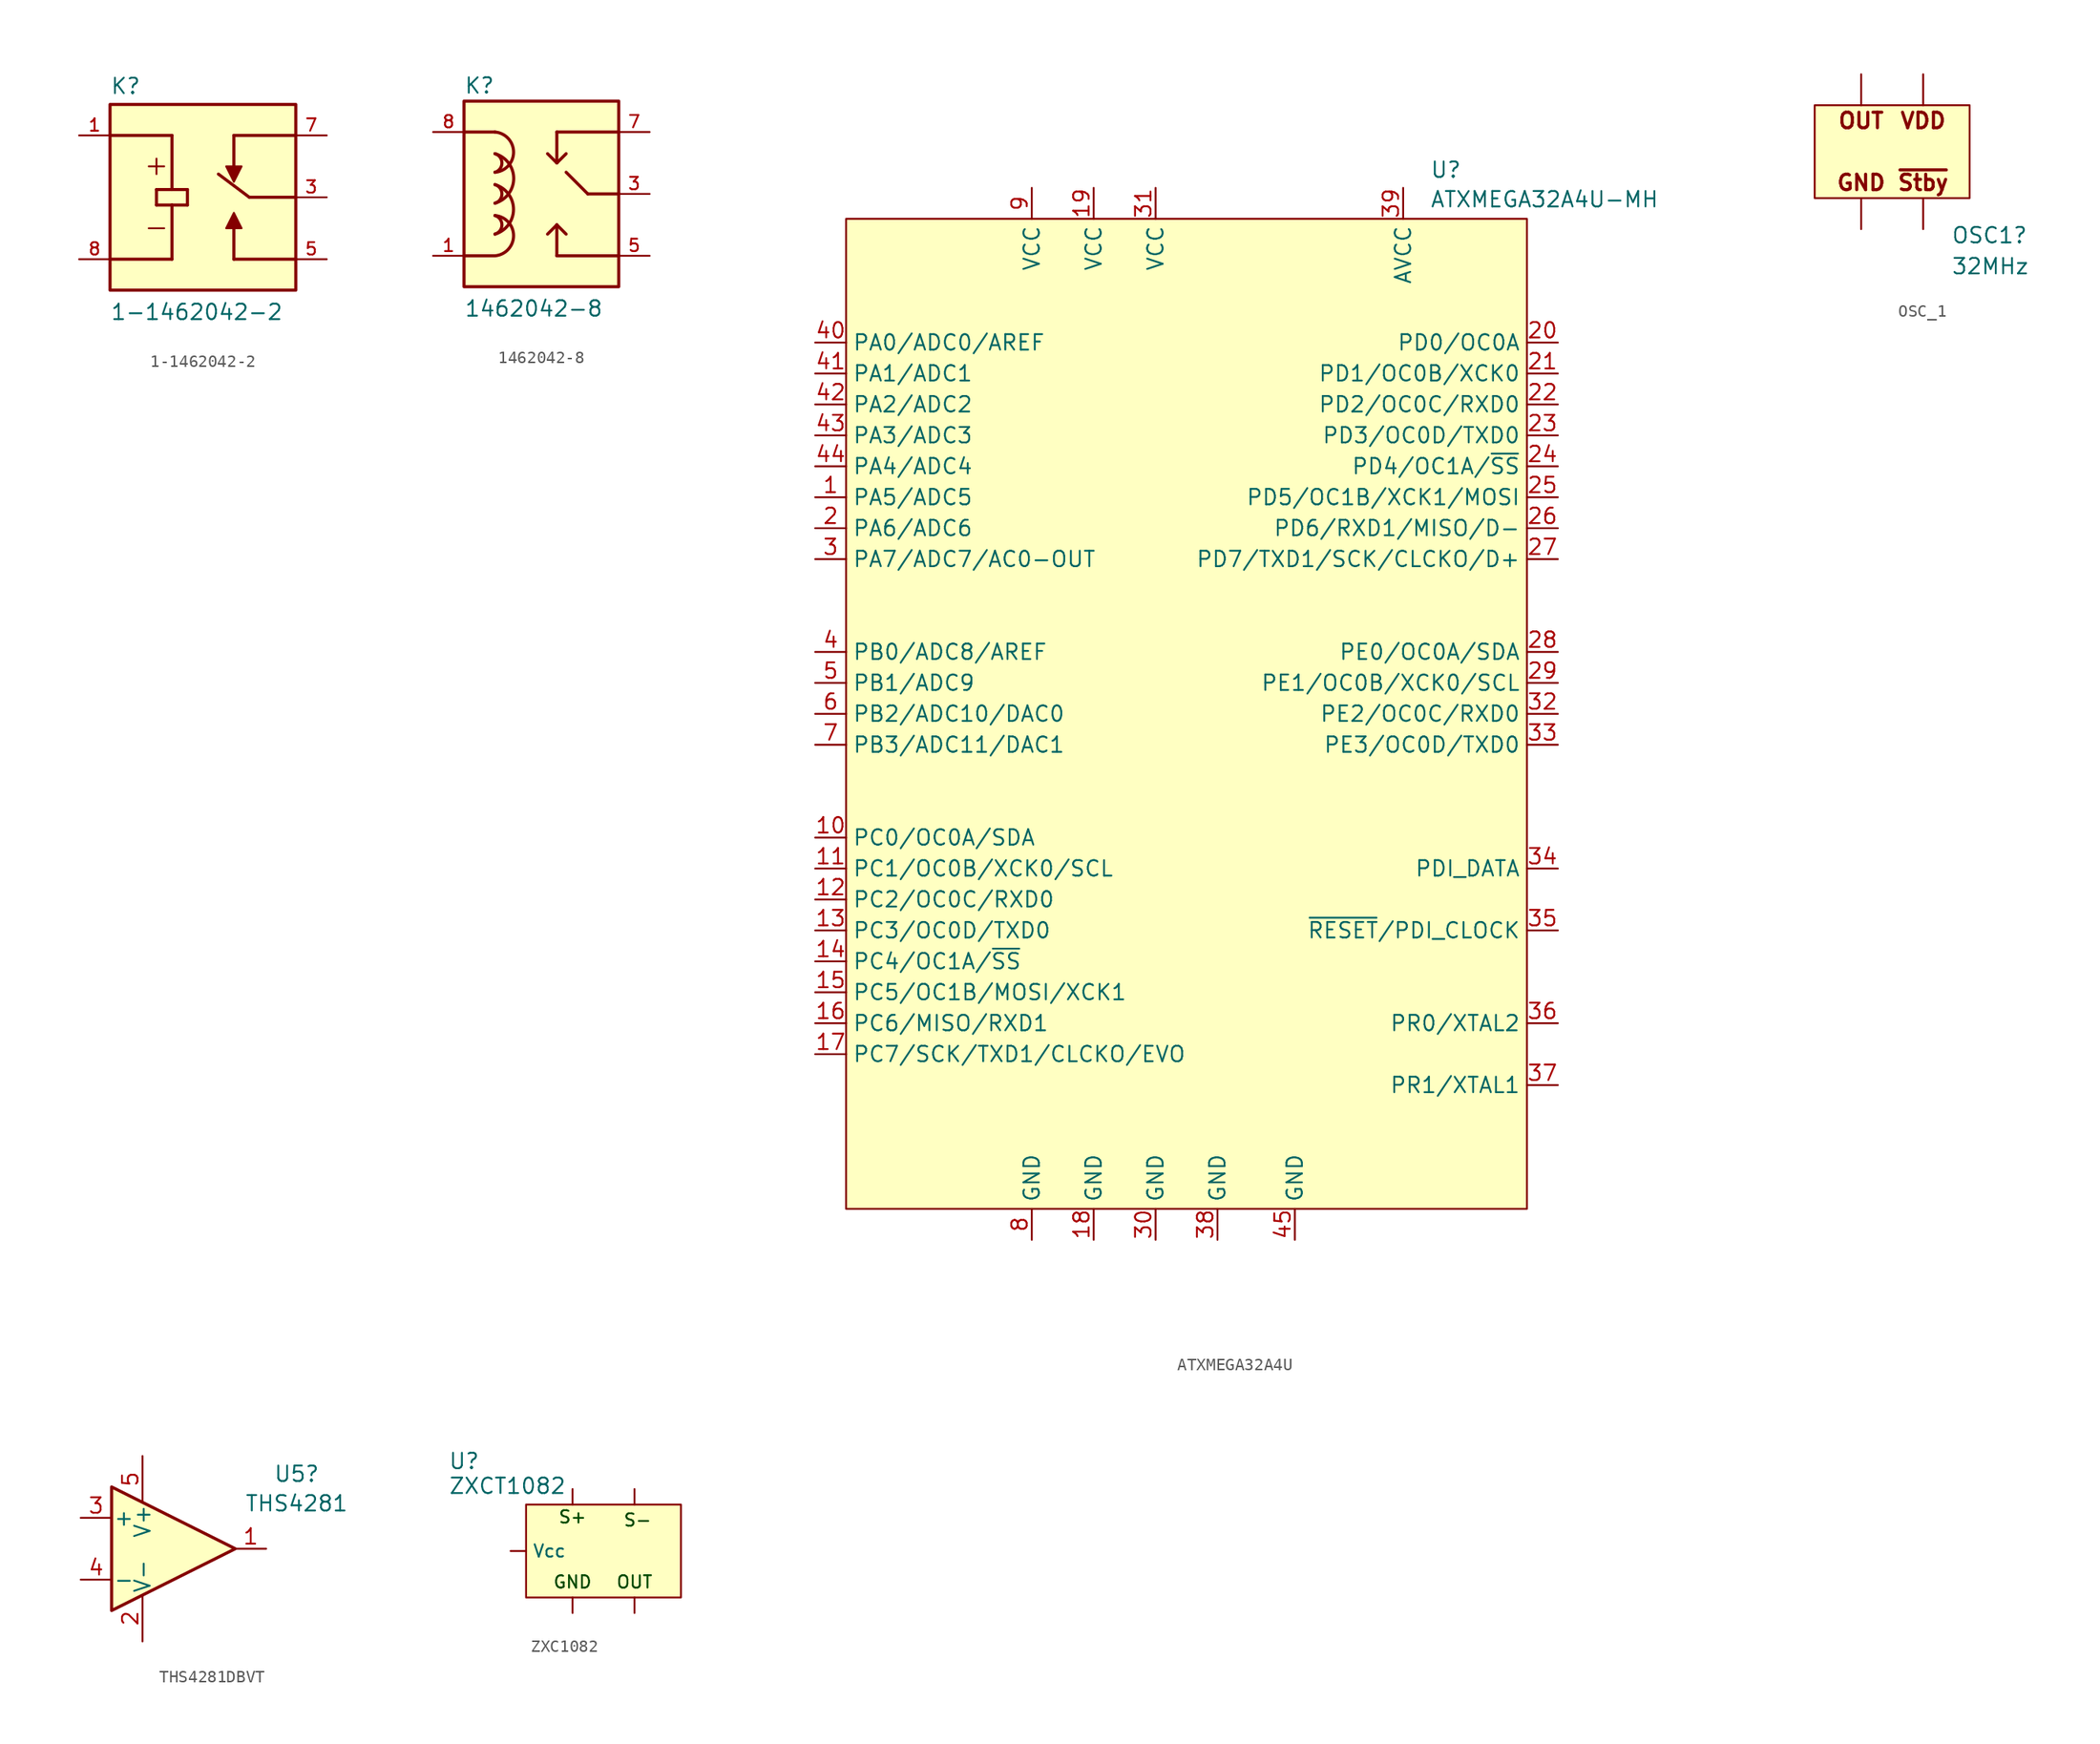
<source format=kicad_sym>
(kicad_symbol_lib
  (version 20241209)
  (generator "kicad_symbol_editor")
  (generator_version "9.0")
  (symbol "1-1462042-2"
    (pin_names
      (offset 1.016))
    (property "Reference" "K"
      (at -7.62 8.382 0)
      (effects (font (size 1.27 1.27)) (justify left bottom)))
    (property "Value" "1-1462042-2"
      (at -7.62 -10.16 0)
      (effects (font (size 1.27 1.27)) (justify left bottom)))
    (symbol "1-1462042-2_0_0"
      (polyline (pts (xy -7.62 5.08) (xy -2.54 5.08)) (stroke (width 0.254) (type default)) (fill (type none)))
      (polyline (pts (xy -7.62 -5.08) (xy -2.54 -5.08)) (stroke (width 0.254) (type default)) (fill (type none)))
      (rectangle (start -7.62 -7.62) (end 7.62 7.62) (stroke (width 0.254) (type default)) (fill (type background)))
      (polyline (pts (xy -4.445 2.54) (xy -3.175 2.54)) (stroke (width 0.152) (type default)) (fill (type none)))
      (polyline (pts (xy -4.445 -2.54) (xy -3.175 -2.54)) (stroke (width 0.152) (type default)) (fill (type none)))
      (polyline (pts (xy -3.81 3.175) (xy -3.81 1.905)) (stroke (width 0.152) (type default)) (fill (type none)))
      (polyline (pts (xy -3.81 0.635) (xy -2.54 0.635)) (stroke (width 0.254) (type default)) (fill (type none)))
      (polyline (pts (xy -3.81 -0.635) (xy -3.81 0.635)) (stroke (width 0.254) (type default)) (fill (type none)))
      (polyline (pts (xy -2.54 5.08) (xy -2.54 0.635)) (stroke (width 0.254) (type default)) (fill (type none)))
      (polyline (pts (xy -2.54 0.635) (xy -1.27 0.635)) (stroke (width 0.254) (type default)) (fill (type none)))
      (polyline (pts (xy -2.54 -0.635) (xy -3.81 -0.635)) (stroke (width 0.254) (type default)) (fill (type none)))
      (polyline (pts (xy -2.54 -0.635) (xy -2.54 -5.08)) (stroke (width 0.254) (type default)) (fill (type none)))
      (polyline (pts (xy -1.27 0.635) (xy -1.27 -0.635)) (stroke (width 0.254) (type default)) (fill (type none)))
      (polyline (pts (xy -1.27 -0.635) (xy -2.54 -0.635)) (stroke (width 0.254) (type default)) (fill (type none)))
      (polyline (pts (xy 1.905 -2.54) (xy 3.175 -2.54) (xy 2.54 -1.27) (xy 1.905 -2.54)) (stroke (width 0.152) (type default)) (fill (type outline)))
      (polyline (pts (xy 2.54 5.08) (xy 2.54 2.54)) (stroke (width 0.254) (type default)) (fill (type none)))
      (polyline (pts (xy 2.54 -5.08) (xy 2.54 -2.54)) (stroke (width 0.254) (type default)) (fill (type none)))
      (polyline (pts (xy 3.175 2.54) (xy 1.905 2.54) (xy 2.54 1.27) (xy 3.175 2.54)) (stroke (width 0.152) (type default)) (fill (type outline)))
      (polyline (pts (xy 3.81 0) (xy 1.27 1.905)) (stroke (width 0.254) (type default)) (fill (type none)))
      (polyline (pts (xy 7.62 5.08) (xy 2.54 5.08)) (stroke (width 0.254) (type default)) (fill (type none)))
      (polyline (pts (xy 7.62 0) (xy 3.81 0)) (stroke (width 0.254) (type default)) (fill (type none)))
      (polyline (pts (xy 7.62 -5.08) (xy 2.54 -5.08)) (stroke (width 0.254) (type default)) (fill (type none)))
      (pin passive line (at -10.16 5.08 0) (length 2.54) (name "~" (effects (font (size 1.016 1.016)))) (number "1" (effects (font (size 1.016 1.016)))))
      (pin passive line (at -10.16 -5.08 0) (length 2.54) (name "~" (effects (font (size 1.016 1.016)))) (number "8" (effects (font (size 1.016 1.016)))))
      (pin passive line (at 10.16 5.08 180) (length 2.54) (name "~" (effects (font (size 1.016 1.016)))) (number "7" (effects (font (size 1.016 1.016)))))
      (pin passive line (at 10.16 0 180) (length 2.54) (name "~" (effects (font (size 1.016 1.016)))) (number "3" (effects (font (size 1.016 1.016)))))
      (pin passive line (at 10.16 -5.08 180) (length 2.54) (name "~" (effects (font (size 1.016 1.016)))) (number "5" (effects (font (size 1.016 1.016)))))))
  (symbol "1462042-8"
    (pin_names
      (offset 1.016))
    (property "Reference" "K"
      (at -5.09 8.144 0)
      (effects (font (size 1.27 1.27)) (justify left bottom)))
    (property "Value" "1462042-8"
      (at -5.081 -10.162 0)
      (effects (font (size 1.27 1.27)) (justify left bottom)))
    (symbol "1462042-8_0_0"
      (polyline (pts (xy -5.08 5.08) (xy -2.54 5.08)) (stroke (width 0.254) (type default)) (fill (type none)))
      (polyline (pts (xy -5.08 -5.08) (xy -2.54 -5.08)) (stroke (width 0.254) (type default)) (fill (type none)))
      (rectangle (start -5.08 -7.62) (end 7.62 7.62) (stroke (width 0.254) (type default)) (fill (type background)))
      (arc (start -2.54 0.762) (mid -1.016 -1.2604) (end -2.54 -3.302) (stroke (width 0.254) (type default)) (fill (type none)))
      (arc (start -2.54 3.302) (mid -1.0007 1.2593) (end -2.54 -0.762) (stroke (width 0.254) (type default)) (fill (type none)))
      (arc (start -2.54 3.302) (mid -1.9685 2.54) (end -2.54 1.778) (stroke (width 0.254) (type default)) (fill (type none)))
      (arc (start -2.54 0.762) (mid -1.9685 0) (end -2.54 -0.762) (stroke (width 0.254) (type default)) (fill (type none)))
      (arc (start -2.54 -1.778) (mid -1.9685 -2.54) (end -2.54 -3.302) (stroke (width 0.254) (type default)) (fill (type none)))
      (arc (start -2.54 5.08) (mid -1.0112 3.4405) (end -2.54 1.778) (stroke (width 0.254) (type default)) (fill (type none)))
      (arc (start -2.54 -1.778) (mid -1.0112 -3.4175) (end -2.54 -5.08) (stroke (width 0.254) (type default)) (fill (type none)))
      (polyline (pts (xy 2.54 5.08) (xy 2.54 2.54)) (stroke (width 0.254) (type default)) (fill (type none)))
      (polyline (pts (xy 2.54 2.54) (xy 1.778 3.302)) (stroke (width 0.254) (type default)) (fill (type none)))
      (polyline (pts (xy 2.54 2.54) (xy 3.302 3.302)) (stroke (width 0.254) (type default)) (fill (type none)))
      (polyline (pts (xy 2.54 -2.54) (xy 1.778 -3.302)) (stroke (width 0.254) (type default)) (fill (type none)))
      (polyline (pts (xy 2.54 -2.54) (xy 3.302 -3.302)) (stroke (width 0.254) (type default)) (fill (type none)))
      (polyline (pts (xy 2.54 -5.08) (xy 2.54 -2.54)) (stroke (width 0.254) (type default)) (fill (type none)))
      (polyline (pts (xy 5.08 0) (xy 3.302 1.778)) (stroke (width 0.254) (type default)) (fill (type none)))
      (polyline (pts (xy 7.62 5.08) (xy 2.54 5.08)) (stroke (width 0.254) (type default)) (fill (type none)))
      (polyline (pts (xy 7.62 0) (xy 5.08 0)) (stroke (width 0.254) (type default)) (fill (type none)))
      (polyline (pts (xy 7.62 -5.08) (xy 2.54 -5.08)) (stroke (width 0.254) (type default)) (fill (type none)))
      (pin passive line (at -7.62 5.08 0) (length 2.54) (name "~" (effects (font (size 1.016 1.016)))) (number "8" (effects (font (size 1.016 1.016)))))
      (pin passive line (at -7.62 -5.08 0) (length 2.54) (name "~" (effects (font (size 1.016 1.016)))) (number "1" (effects (font (size 1.016 1.016)))))
      (pin passive line (at 10.16 5.08 180) (length 2.54) (name "~" (effects (font (size 1.016 1.016)))) (number "7" (effects (font (size 1.016 1.016)))))
      (pin passive line (at 10.16 0 180) (length 2.54) (name "~" (effects (font (size 1.016 1.016)))) (number "3" (effects (font (size 1.016 1.016)))))
      (pin passive line (at 10.16 -5.08 180) (length 2.54) (name "~" (effects (font (size 1.016 1.016)))) (number "5" (effects (font (size 1.016 1.016)))))))
  (symbol "ATXMEGA32A4U"
    (property "Reference" "U"
      (at 25.054 52.278 0)
      (effects (font (size 1.27 1.27)) (justify left)))
    (property "Value" "ATXMEGA32A4U-MH"
      (at 25.054 49.853 0)
      (effects (font (size 1.27 1.27)) (justify left)))
    (symbol "ATXMEGA32A4U_1_0"
      (rectangle (start -22.86 48.26) (end 33.02 -33.02) (stroke (width 0) (type solid)) (fill (type background)))
      (pin passive line (at -25.4 38.1 0) (length 2.54) (name "PA0/ADC0/AREF" (effects (font (size 1.27 1.27)))) (number "40" (effects (font (size 1.27 1.27)))))
      (pin passive line (at -25.4 35.56 0) (length 2.54) (name "PA1/ADC1" (effects (font (size 1.27 1.27)))) (number "41" (effects (font (size 1.27 1.27)))))
      (pin passive line (at -25.4 33.02 0) (length 2.54) (name "PA2/ADC2" (effects (font (size 1.27 1.27)))) (number "42" (effects (font (size 1.27 1.27)))))
      (pin passive line (at -25.4 30.48 0) (length 2.54) (name "PA3/ADC3" (effects (font (size 1.27 1.27)))) (number "43" (effects (font (size 1.27 1.27)))))
      (pin passive line (at -25.4 27.94 0) (length 2.54) (name "PA4/ADC4" (effects (font (size 1.27 1.27)))) (number "44" (effects (font (size 1.27 1.27)))))
      (pin passive line (at -25.4 25.4 0) (length 2.54) (name "PA5/ADC5" (effects (font (size 1.27 1.27)))) (number "1" (effects (font (size 1.27 1.27)))))
      (pin passive line (at -25.4 22.86 0) (length 2.54) (name "PA6/ADC6" (effects (font (size 1.27 1.27)))) (number "2" (effects (font (size 1.27 1.27)))))
      (pin passive line (at -25.4 20.32 0) (length 2.54) (name "PA7/ADC7/AC0-OUT" (effects (font (size 1.27 1.27)))) (number "3" (effects (font (size 1.27 1.27)))))
      (pin passive line (at -25.4 12.7 0) (length 2.54) (name "PB0/ADC8/AREF" (effects (font (size 1.27 1.27)))) (number "4" (effects (font (size 1.27 1.27)))))
      (pin passive line (at -25.4 10.16 0) (length 2.54) (name "PB1/ADC9" (effects (font (size 1.27 1.27)))) (number "5" (effects (font (size 1.27 1.27)))))
      (pin passive line (at -25.4 7.62 0) (length 2.54) (name "PB2/ADC10/DAC0" (effects (font (size 1.27 1.27)))) (number "6" (effects (font (size 1.27 1.27)))))
      (pin passive line (at -25.4 5.08 0) (length 2.54) (name "PB3/ADC11/DAC1" (effects (font (size 1.27 1.27)))) (number "7" (effects (font (size 1.27 1.27)))))
      (pin passive line (at -25.4 -2.54 0) (length 2.54) (name "PC0/OC0A/SDA" (effects (font (size 1.27 1.27)))) (number "10" (effects (font (size 1.27 1.27)))))
      (pin passive line (at -25.4 -5.08 0) (length 2.54) (name "PC1/OC0B/XCK0/SCL" (effects (font (size 1.27 1.27)))) (number "11" (effects (font (size 1.27 1.27)))))
      (pin passive line (at -25.4 -7.62 0) (length 2.54) (name "PC2/OC0C/RXD0" (effects (font (size 1.27 1.27)))) (number "12" (effects (font (size 1.27 1.27)))))
      (pin passive line (at -25.4 -10.16 0) (length 2.54) (name "PC3/OC0D/TXD0" (effects (font (size 1.27 1.27)))) (number "13" (effects (font (size 1.27 1.27)))))
      (pin passive line (at -25.4 -12.7 0) (length 2.54) (name "PC4/OC1A/~{SS}" (effects (font (size 1.27 1.27)))) (number "14" (effects (font (size 1.27 1.27)))))
      (pin passive line (at -25.4 -15.24 0) (length 2.54) (name "PC5/OC1B/MOSI/XCK1" (effects (font (size 1.27 1.27)))) (number "15" (effects (font (size 1.27 1.27)))))
      (pin passive line (at -25.4 -17.78 0) (length 2.54) (name "PC6/MISO/RXD1" (effects (font (size 1.27 1.27)))) (number "16" (effects (font (size 1.27 1.27)))))
      (pin passive line (at -25.4 -20.32 0) (length 2.54) (name "PC7/SCK/TXD1/CLCKO/EVO" (effects (font (size 1.27 1.27)))) (number "17" (effects (font (size 1.27 1.27)))))
      (pin passive line (at -7.62 50.8 270) (length 2.54) (name "VCC" (effects (font (size 1.27 1.27)))) (number "9" (effects (font (size 1.27 1.27)))))
      (pin passive line (at -7.62 -35.56 90) (length 2.54) (name "GND" (effects (font (size 1.27 1.27)))) (number "8" (effects (font (size 1.27 1.27)))))
      (pin passive line (at -2.54 50.8 270) (length 2.54) (name "VCC" (effects (font (size 1.27 1.27)))) (number "19" (effects (font (size 1.27 1.27)))))
      (pin passive line (at -2.54 -35.56 90) (length 2.54) (name "GND" (effects (font (size 1.27 1.27)))) (number "18" (effects (font (size 1.27 1.27)))))
      (pin passive line (at 2.54 50.8 270) (length 2.54) (name "VCC" (effects (font (size 1.27 1.27)))) (number "31" (effects (font (size 1.27 1.27)))))
      (pin passive line (at 2.54 -35.56 90) (length 2.54) (name "GND" (effects (font (size 1.27 1.27)))) (number "30" (effects (font (size 1.27 1.27)))))
      (pin passive line (at 7.62 -35.56 90) (length 2.54) (name "GND" (effects (font (size 1.27 1.27)))) (number "38" (effects (font (size 1.27 1.27)))))
      (pin passive line (at 13.97 -35.56 90) (length 2.54) (name "GND" (effects (font (size 1.27 1.27)))) (number "45" (effects (font (size 1.27 1.27)))))
      (pin passive line (at 22.86 50.8 270) (length 2.54) (name "AVCC" (effects (font (size 1.27 1.27)))) (number "39" (effects (font (size 1.27 1.27)))))
      (pin passive line (at 35.56 38.1 180) (length 2.54) (name "PD0/OC0A" (effects (font (size 1.27 1.27)))) (number "20" (effects (font (size 1.27 1.27)))))
      (pin passive line (at 35.56 35.56 180) (length 2.54) (name "PD1/OC0B/XCK0" (effects (font (size 1.27 1.27)))) (number "21" (effects (font (size 1.27 1.27)))))
      (pin passive line (at 35.56 33.02 180) (length 2.54) (name "PD2/OC0C/RXD0" (effects (font (size 1.27 1.27)))) (number "22" (effects (font (size 1.27 1.27)))))
      (pin passive line (at 35.56 30.48 180) (length 2.54) (name "PD3/OC0D/TXD0" (effects (font (size 1.27 1.27)))) (number "23" (effects (font (size 1.27 1.27)))))
      (pin passive line (at 35.56 27.94 180) (length 2.54) (name "PD4/OC1A/~{SS}" (effects (font (size 1.27 1.27)))) (number "24" (effects (font (size 1.27 1.27)))))
      (pin passive line (at 35.56 25.4 180) (length 2.54) (name "PD5/OC1B/XCK1/MOSI" (effects (font (size 1.27 1.27)))) (number "25" (effects (font (size 1.27 1.27)))))
      (pin passive line (at 35.56 22.86 180) (length 2.54) (name "PD6/RXD1/MISO/D-" (effects (font (size 1.27 1.27)))) (number "26" (effects (font (size 1.27 1.27)))))
      (pin passive line (at 35.56 20.32 180) (length 2.54) (name "PD7/TXD1/SCK/CLCKO/D+" (effects (font (size 1.27 1.27)))) (number "27" (effects (font (size 1.27 1.27)))))
      (pin passive line (at 35.56 12.7 180) (length 2.54) (name "PE0/OC0A/SDA" (effects (font (size 1.27 1.27)))) (number "28" (effects (font (size 1.27 1.27)))))
      (pin passive line (at 35.56 10.16 180) (length 2.54) (name "PE1/OC0B/XCK0/SCL" (effects (font (size 1.27 1.27)))) (number "29" (effects (font (size 1.27 1.27)))))
      (pin passive line (at 35.56 7.62 180) (length 2.54) (name "PE2/OC0C/RXD0" (effects (font (size 1.27 1.27)))) (number "32" (effects (font (size 1.27 1.27)))))
      (pin passive line (at 35.56 5.08 180) (length 2.54) (name "PE3/OC0D/TXD0" (effects (font (size 1.27 1.27)))) (number "33" (effects (font (size 1.27 1.27)))))
      (pin passive line (at 35.56 -5.08 180) (length 2.54) (name "PDI_DATA" (effects (font (size 1.27 1.27)))) (number "34" (effects (font (size 1.27 1.27)))))
      (pin passive line (at 35.56 -10.16 180) (length 2.54) (name "~{RESET}/PDI_CLOCK" (effects (font (size 1.27 1.27)))) (number "35" (effects (font (size 1.27 1.27)))))
      (pin passive line (at 35.56 -17.78 180) (length 2.54) (name "PR0/XTAL2" (effects (font (size 1.27 1.27)))) (number "36" (effects (font (size 1.27 1.27)))))
      (pin passive line (at 35.56 -22.86 180) (length 2.54) (name "PR1/XTAL1" (effects (font (size 1.27 1.27)))) (number "37" (effects (font (size 1.27 1.27)))))))
  (symbol "OSC_1"
    (property "Reference" "OSC1"
      (at 4.826 -8.128 0)
      (effects (font (size 1.27 1.27)) (justify left)))
    (property "Value" "32MHz"
      (at 4.826 -10.668 0)
      (effects (font (size 1.27 1.27)) (justify left)))
    (symbol "OSC_1_1_0"
      (rectangle (start 6.35 2.54) (end -6.35 -5.08) (stroke (width 0) (type solid)) (fill (type background)))
      (pin passive line (at -2.54 5.08 270) (length 2.54) (name "OUT" (effects (font (size 0 0)))) (number "3" (effects (font (size 0 0)))))
      (pin passive line (at -2.54 -7.62 90) (length 2.54) (name "GND" (effects (font (size 0 0)))) (number "2" (effects (font (size 0 0)))))
      (pin passive line (at 2.54 5.08 270) (length 2.54) (name "VDD" (effects (font (size 0 0)))) (number "4" (effects (font (size 0 0)))))
      (pin passive line (at 2.54 -7.62 90) (length 2.54) (name "~{Stby}" (effects (font (size 0 0)))) (number "1" (effects (font (size 0 0))))))
    (symbol "OSC_1_1_1"
      (text "OUT" (at -2.54 1.27 0) (effects (font (size 1.27 1.27) (bold yes))))
      (text "GND" (at -2.54 -3.81 0) (effects (font (size 1.27 1.27) (bold yes))))
      (text "VDD" (at 2.54 1.27 0) (effects (font (size 1.27 1.27) (bold yes))))
      (text "~{Stby}" (at 2.54 -3.81 0) (effects (font (size 1.27 1.27) (bold yes))))))
  (symbol "THS4281DBVT"
    (pin_names
      (offset 0.127))
    (property "Reference" "U5"
      (at 10.126 6.145 0)
      (effects (font (size 1.27 1.27))))
    (property "Value" "THS4281"
      (at 10.126 3.721 0)
      (effects (font (size 1.27 1.27))))
    (symbol "THS4281DBVT_0_1"
      (polyline (pts (xy -5.08 5.08) (xy 5.08 0) (xy -5.08 -5.08) (xy -5.08 5.08)) (stroke (width 0.254) (type default)) (fill (type background)))
      (pin power_in line (at -2.54 7.62 270) (length 3.81) (name "V+" (effects (font (size 1.27 1.27)))) (number "5" (effects (font (size 1.27 1.27)))))
      (pin power_in line (at -2.54 -7.62 90) (length 3.81) (name "V-" (effects (font (size 1.27 1.27)))) (number "2" (effects (font (size 1.27 1.27))))))
    (symbol "THS4281DBVT_1_1"
      (pin input line (at -7.62 2.54 0) (length 2.54) (name "+" (effects (font (size 1.27 1.27)))) (number "3" (effects (font (size 1.27 1.27)))))
      (pin input line (at -7.62 -2.54 0) (length 2.54) (name "-" (effects (font (size 1.27 1.27)))) (number "4" (effects (font (size 1.27 1.27)))))
      (pin output line (at 7.62 0 180) (length 2.54) (name "~" (effects (font (size 1.27 1.27)))) (number "1" (effects (font (size 1.27 1.27)))))))
  (symbol "ZXC1082"
    (property "Reference" "U"
      (at -11.43 7.366 0)
      (effects (font (size 1.27 1.27))))
    (property "Value" "ZXCT1082"
      (at -7.874 5.334 0)
      (effects (font (size 1.27 1.27))))
    (symbol "ZXC1082_1_0"
      (rectangle (start -6.35 3.81) (end 6.35 -3.81) (stroke (width 0) (type solid)) (fill (type background)))
      (pin passive line (at -7.62 0 0) (length 1.27) (name "Vcc" (effects (font (size 1.016 1.016)))) (number "5" (effects (font (size 0 0)))))
      (pin passive line (at -2.54 5.08 270) (length 1.27) (name "S+" (effects (font (size 0 0)))) (number "3" (effects (font (size 0 0)))))
      (pin passive line (at -2.54 -5.08 90) (length 1.27) (name "GND" (effects (font (size 0 0)))) (number "2" (effects (font (size 0 0)))))
      (pin passive line (at 2.54 5.08 270) (length 1.27) (name "S-" (effects (font (size 0 0)))) (number "4" (effects (font (size 0 0)))))
      (pin passive line (at 2.54 -5.08 90) (length 1.27) (name "OUT" (effects (font (size 0 0)))) (number "1" (effects (font (size 0 0))))))
    (symbol "ZXC1082_1_1"
      (text "S+" (at -2.54 2.794 0) (effects (font (size 1.016 1.016) (color 0 72 0 1))))
      (text "GND" (at -2.54 -2.54 0) (effects (font (size 1.016 1.016) (color 0 72 0 1))))
      (text "OUT" (at 2.54 -2.54 0) (effects (font (size 1.016 1.016) (color 0 72 0 1))))
      (text "S-" (at 2.794 2.54 0) (effects (font (size 1.016 1.016) (color 0 72 0 1)))))))
</source>
